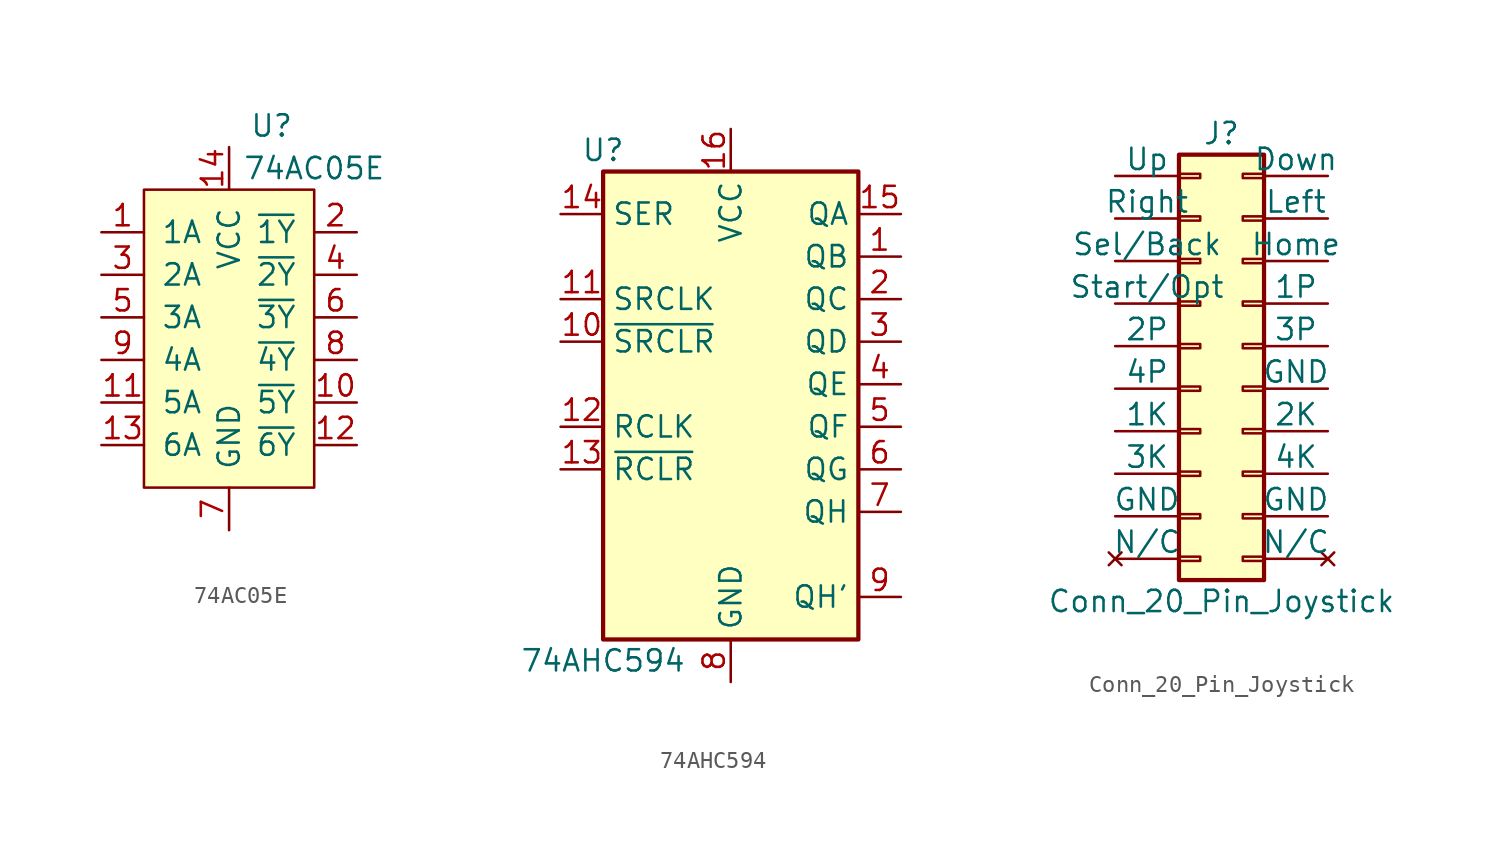
<source format=kicad_sym>
(kicad_symbol_lib
  (version 20211014)
  (generator kicad_symbol_editor)
  (symbol "74AC05E"
    (pin_names
      (offset 1.016))
    (property "Reference" "U"
      (at 2.54 11.43 0)
      (effects (font (size 1.27 1.27))))
    (property "Value" "74AC05E"
      (at 5.08 8.89 0)
      (effects (font (size 1.27 1.27))))
    (symbol "74AC05E_0_1"
      (rectangle (start -5.08 7.62) (end 5.08 -10.16) (stroke (width 0) (type default) (color 0 0 0 0)) (fill (type background))))
    (symbol "74AC05E_1_1"
      (pin input line (at -7.62 5.08 0) (length 2.54) (name "1A" (effects (font (size 1.27 1.27)))) (number "1" (effects (font (size 1.27 1.27)))))
      (pin open_collector line (at 7.62 -5.08 180) (length 2.54) (name "~{5Y}" (effects (font (size 1.27 1.27)))) (number "10" (effects (font (size 1.27 1.27)))))
      (pin input line (at -7.62 -5.08 0) (length 2.54) (name "5A" (effects (font (size 1.27 1.27)))) (number "11" (effects (font (size 1.27 1.27)))))
      (pin open_collector line (at 7.62 -7.62 180) (length 2.54) (name "~{6Y}" (effects (font (size 1.27 1.27)))) (number "12" (effects (font (size 1.27 1.27)))))
      (pin input line (at -7.62 -7.62 0) (length 2.54) (name "6A" (effects (font (size 1.27 1.27)))) (number "13" (effects (font (size 1.27 1.27)))))
      (pin power_in line (at 0 10.16 270) (length 2.54) (name "VCC" (effects (font (size 1.27 1.27)))) (number "14" (effects (font (size 1.27 1.27)))))
      (pin open_collector line (at 7.62 5.08 180) (length 2.54) (name "~{1Y}" (effects (font (size 1.27 1.27)))) (number "2" (effects (font (size 1.27 1.27)))))
      (pin input line (at -7.62 2.54 0) (length 2.54) (name "2A" (effects (font (size 1.27 1.27)))) (number "3" (effects (font (size 1.27 1.27)))))
      (pin open_collector line (at 7.62 2.54 180) (length 2.54) (name "~{2Y}" (effects (font (size 1.27 1.27)))) (number "4" (effects (font (size 1.27 1.27)))))
      (pin input line (at -7.62 0 0) (length 2.54) (name "3A" (effects (font (size 1.27 1.27)))) (number "5" (effects (font (size 1.27 1.27)))))
      (pin open_collector line (at 7.62 0 180) (length 2.54) (name "~{3Y}" (effects (font (size 1.27 1.27)))) (number "6" (effects (font (size 1.27 1.27)))))
      (pin power_in line (at 0 -12.7 90) (length 2.54) (name "GND" (effects (font (size 1.27 1.27)))) (number "7" (effects (font (size 1.27 1.27)))))
      (pin open_collector line (at 7.62 -2.54 180) (length 2.54) (name "~{4Y}" (effects (font (size 1.27 1.27)))) (number "8" (effects (font (size 1.27 1.27)))))
      (pin input line (at -7.62 -2.54 0) (length 2.54) (name "4A" (effects (font (size 1.27 1.27)))) (number "9" (effects (font (size 1.27 1.27)))))))
  (symbol "74AHC594"
    (property "Reference" "U"
      (at -7.62 13.97 0)
      (effects (font (size 1.27 1.27))))
    (property "Value" "74AHC594"
      (at -7.62 -16.51 0)
      (effects (font (size 1.27 1.27))))
    (symbol "74AHC594_1_0"
      (pin output line (at 10.16 7.62 180) (length 2.54) (name "QB" (effects (font (size 1.27 1.27)))) (number "1" (effects (font (size 1.27 1.27)))))
      (pin input line (at -10.16 2.54 0) (length 2.54) (name "~{SRCLR}" (effects (font (size 1.27 1.27)))) (number "10" (effects (font (size 1.27 1.27)))))
      (pin input line (at -10.16 5.08 0) (length 2.54) (name "SRCLK" (effects (font (size 1.27 1.27)))) (number "11" (effects (font (size 1.27 1.27)))))
      (pin input line (at -10.16 -2.54 0) (length 2.54) (name "RCLK" (effects (font (size 1.27 1.27)))) (number "12" (effects (font (size 1.27 1.27)))))
      (pin input line (at -10.16 -5.08 0) (length 2.54) (name "~{RCLR}" (effects (font (size 1.27 1.27)))) (number "13" (effects (font (size 1.27 1.27)))))
      (pin input line (at -10.16 10.16 0) (length 2.54) (name "SER" (effects (font (size 1.27 1.27)))) (number "14" (effects (font (size 1.27 1.27)))))
      (pin output line (at 10.16 10.16 180) (length 2.54) (name "QA" (effects (font (size 1.27 1.27)))) (number "15" (effects (font (size 1.27 1.27)))))
      (pin power_in line (at 0 15.24 270) (length 2.54) (name "VCC" (effects (font (size 1.27 1.27)))) (number "16" (effects (font (size 1.27 1.27)))))
      (pin output line (at 10.16 5.08 180) (length 2.54) (name "QC" (effects (font (size 1.27 1.27)))) (number "2" (effects (font (size 1.27 1.27)))))
      (pin output line (at 10.16 2.54 180) (length 2.54) (name "QD" (effects (font (size 1.27 1.27)))) (number "3" (effects (font (size 1.27 1.27)))))
      (pin output line (at 10.16 0 180) (length 2.54) (name "QE" (effects (font (size 1.27 1.27)))) (number "4" (effects (font (size 1.27 1.27)))))
      (pin output line (at 10.16 -2.54 180) (length 2.54) (name "QF" (effects (font (size 1.27 1.27)))) (number "5" (effects (font (size 1.27 1.27)))))
      (pin output line (at 10.16 -5.08 180) (length 2.54) (name "QG" (effects (font (size 1.27 1.27)))) (number "6" (effects (font (size 1.27 1.27)))))
      (pin output line (at 10.16 -7.62 180) (length 2.54) (name "QH" (effects (font (size 1.27 1.27)))) (number "7" (effects (font (size 1.27 1.27)))))
      (pin power_in line (at 0 -17.78 90) (length 2.54) (name "GND" (effects (font (size 1.27 1.27)))) (number "8" (effects (font (size 1.27 1.27)))))
      (pin output line (at 10.16 -12.7 180) (length 2.54) (name "QH'" (effects (font (size 1.27 1.27)))) (number "9" (effects (font (size 1.27 1.27))))))
    (symbol "74AHC594_1_1"
      (rectangle (start -7.62 12.7) (end 7.62 -15.24) (stroke (width 0.254) (type default) (color 0 0 0 0)) (fill (type background)))))
  (symbol "Conn_20_Pin_Joystick"
    (pin_numbers hide)
    (pin_names
      (offset 0))
    (property "Reference" "J"
      (at 1.27 12.7 0)
      (effects (font (size 1.27 1.27))))
    (property "Value" "Conn_20_Pin_Joystick"
      (at 1.27 -15.24 0)
      (effects (font (size 1.27 1.27))))
    (symbol "Conn_20_Pin_Joystick_1_1"
      (rectangle (start -1.27 -12.573) (end 0 -12.827) (stroke (width 0.152) (type default) (color 0 0 0 0)) (fill (type none)))
      (rectangle (start -1.27 -10.033) (end 0 -10.287) (stroke (width 0.152) (type default) (color 0 0 0 0)) (fill (type none)))
      (rectangle (start -1.27 -7.493) (end 0 -7.747) (stroke (width 0.152) (type default) (color 0 0 0 0)) (fill (type none)))
      (rectangle (start -1.27 -4.953) (end 0 -5.207) (stroke (width 0.152) (type default) (color 0 0 0 0)) (fill (type none)))
      (rectangle (start -1.27 -2.413) (end 0 -2.667) (stroke (width 0.152) (type default) (color 0 0 0 0)) (fill (type none)))
      (rectangle (start -1.27 0.127) (end 0 -0.127) (stroke (width 0.152) (type default) (color 0 0 0 0)) (fill (type none)))
      (rectangle (start -1.27 2.667) (end 0 2.413) (stroke (width 0.152) (type default) (color 0 0 0 0)) (fill (type none)))
      (rectangle (start -1.27 5.207) (end 0 4.953) (stroke (width 0.152) (type default) (color 0 0 0 0)) (fill (type none)))
      (rectangle (start -1.27 7.747) (end 0 7.493) (stroke (width 0.152) (type default) (color 0 0 0 0)) (fill (type none)))
      (rectangle (start -1.27 10.287) (end 0 10.033) (stroke (width 0.152) (type default) (color 0 0 0 0)) (fill (type none)))
      (rectangle (start -1.27 11.43) (end 3.81 -13.97) (stroke (width 0.254) (type default) (color 0 0 0 0)) (fill (type background)))
      (rectangle (start 3.81 -12.573) (end 2.54 -12.827) (stroke (width 0.152) (type default) (color 0 0 0 0)) (fill (type none)))
      (rectangle (start 3.81 -10.033) (end 2.54 -10.287) (stroke (width 0.152) (type default) (color 0 0 0 0)) (fill (type none)))
      (rectangle (start 3.81 -7.493) (end 2.54 -7.747) (stroke (width 0.152) (type default) (color 0 0 0 0)) (fill (type none)))
      (rectangle (start 3.81 -4.953) (end 2.54 -5.207) (stroke (width 0.152) (type default) (color 0 0 0 0)) (fill (type none)))
      (rectangle (start 3.81 -2.413) (end 2.54 -2.667) (stroke (width 0.152) (type default) (color 0 0 0 0)) (fill (type none)))
      (rectangle (start 3.81 0.127) (end 2.54 -0.127) (stroke (width 0.152) (type default) (color 0 0 0 0)) (fill (type none)))
      (rectangle (start 3.81 2.667) (end 2.54 2.413) (stroke (width 0.152) (type default) (color 0 0 0 0)) (fill (type none)))
      (rectangle (start 3.81 5.207) (end 2.54 4.953) (stroke (width 0.152) (type default) (color 0 0 0 0)) (fill (type none)))
      (rectangle (start 3.81 7.747) (end 2.54 7.493) (stroke (width 0.152) (type default) (color 0 0 0 0)) (fill (type none)))
      (rectangle (start 3.81 10.287) (end 2.54 10.033) (stroke (width 0.152) (type default) (color 0 0 0 0)) (fill (type none)))
      (pin input line (at -5.08 10.16 0) (length 3.81) (name "Up" (effects (font (size 1.27 1.27)))) (number "1" (effects (font (size 1.27 1.27)))))
      (pin input line (at 7.62 0 180) (length 3.81) (name "3P" (effects (font (size 1.27 1.27)))) (number "10" (effects (font (size 1.27 1.27)))))
      (pin input line (at -5.08 -2.54 0) (length 3.81) (name "4P" (effects (font (size 1.27 1.27)))) (number "11" (effects (font (size 1.27 1.27)))))
      (pin power_in line (at 7.62 -2.54 180) (length 3.81) (name "GND" (effects (font (size 1.27 1.27)))) (number "12" (effects (font (size 1.27 1.27)))))
      (pin input line (at -5.08 -5.08 0) (length 3.81) (name "1K" (effects (font (size 1.27 1.27)))) (number "13" (effects (font (size 1.27 1.27)))))
      (pin input line (at 7.62 -5.08 180) (length 3.81) (name "2K" (effects (font (size 1.27 1.27)))) (number "14" (effects (font (size 1.27 1.27)))))
      (pin input line (at -5.08 -7.62 0) (length 3.81) (name "3K" (effects (font (size 1.27 1.27)))) (number "15" (effects (font (size 1.27 1.27)))))
      (pin input line (at 7.62 -7.62 180) (length 3.81) (name "4K" (effects (font (size 1.27 1.27)))) (number "16" (effects (font (size 1.27 1.27)))))
      (pin power_in line (at -5.08 -10.16 0) (length 3.81) (name "GND" (effects (font (size 1.27 1.27)))) (number "17" (effects (font (size 1.27 1.27)))))
      (pin power_in line (at 7.62 -10.16 180) (length 3.81) (name "GND" (effects (font (size 1.27 1.27)))) (number "18" (effects (font (size 1.27 1.27)))))
      (pin no_connect line (at -5.08 -12.7 0) (length 3.81) (name "N/C" (effects (font (size 1.27 1.27)))) (number "19" (effects (font (size 1.27 1.27)))))
      (pin input line (at 7.62 10.16 180) (length 3.81) (name "Down" (effects (font (size 1.27 1.27)))) (number "2" (effects (font (size 1.27 1.27)))))
      (pin no_connect line (at 7.62 -12.7 180) (length 3.81) (name "N/C" (effects (font (size 1.27 1.27)))) (number "20" (effects (font (size 1.27 1.27)))))
      (pin input line (at -5.08 7.62 0) (length 3.81) (name "Right" (effects (font (size 1.27 1.27)))) (number "3" (effects (font (size 1.27 1.27)))))
      (pin input line (at 7.62 7.62 180) (length 3.81) (name "Left" (effects (font (size 1.27 1.27)))) (number "4" (effects (font (size 1.27 1.27)))))
      (pin input line (at -5.08 5.08 0) (length 3.81) (name "Sel/Back" (effects (font (size 1.27 1.27)))) (number "5" (effects (font (size 1.27 1.27)))))
      (pin input line (at 7.62 5.08 180) (length 3.81) (name "Home" (effects (font (size 1.27 1.27)))) (number "6" (effects (font (size 1.27 1.27)))))
      (pin input line (at -5.08 2.54 0) (length 3.81) (name "Start/Opt" (effects (font (size 1.27 1.27)))) (number "7" (effects (font (size 1.27 1.27)))))
      (pin input line (at 7.62 2.54 180) (length 3.81) (name "1P" (effects (font (size 1.27 1.27)))) (number "8" (effects (font (size 1.27 1.27)))))
      (pin input line (at -5.08 0 0) (length 3.81) (name "2P" (effects (font (size 1.27 1.27)))) (number "9" (effects (font (size 1.27 1.27))))))))
</source>
